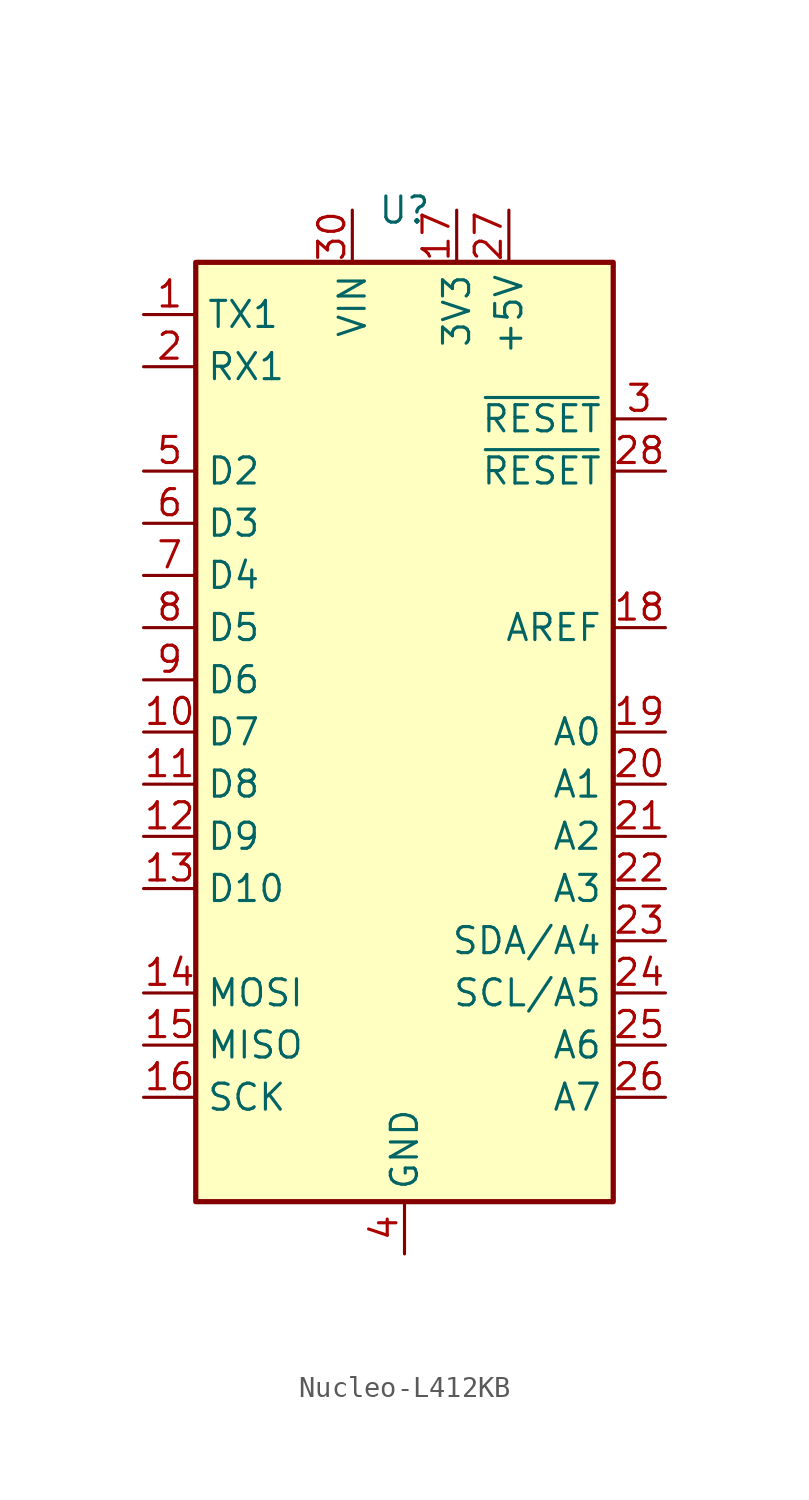
<source format=kicad_sym>
(kicad_symbol_lib
  (version 20241209)
  (generator "kicad_symbol_editor")
  (generator_version "9.0")
  (symbol "Nucleo-L412KB"
    (property "Reference" "U"
      (at 0 0 0)
      (effects (font (size 1.27 1.27))))
    (property "Value" ""
      (at 0 0 0)
      (effects (font (size 1.27 1.27))))
    (symbol "Nucleo-L412KB_0_1"
      (rectangle (start -10.16 -2.54) (end 10.16 -48.26) (stroke (width 0.254) (type default)) (fill (type background))))
    (symbol "Nucleo-L412KB_1_1"
      (pin bidirectional line (at -12.7 -5.08 0) (length 2.54) (name "TX1" (effects (font (size 1.27 1.27)))) (number "1" (effects (font (size 1.27 1.27)))))
      (pin bidirectional line (at -12.7 -7.62 0) (length 2.54) (name "RX1" (effects (font (size 1.27 1.27)))) (number "2" (effects (font (size 1.27 1.27)))))
      (pin bidirectional line (at -12.7 -12.7 0) (length 2.54) (name "D2" (effects (font (size 1.27 1.27)))) (number "5" (effects (font (size 1.27 1.27)))))
      (pin bidirectional line (at -12.7 -15.24 0) (length 2.54) (name "D3" (effects (font (size 1.27 1.27)))) (number "6" (effects (font (size 1.27 1.27)))))
      (pin bidirectional line (at -12.7 -17.78 0) (length 2.54) (name "D4" (effects (font (size 1.27 1.27)))) (number "7" (effects (font (size 1.27 1.27)))))
      (pin bidirectional line (at -12.7 -20.32 0) (length 2.54) (name "D5" (effects (font (size 1.27 1.27)))) (number "8" (effects (font (size 1.27 1.27)))))
      (pin bidirectional line (at -12.7 -22.86 0) (length 2.54) (name "D6" (effects (font (size 1.27 1.27)))) (number "9" (effects (font (size 1.27 1.27)))))
      (pin bidirectional line (at -12.7 -25.4 0) (length 2.54) (name "D7" (effects (font (size 1.27 1.27)))) (number "10" (effects (font (size 1.27 1.27)))))
      (pin bidirectional line (at -12.7 -27.94 0) (length 2.54) (name "D8" (effects (font (size 1.27 1.27)))) (number "11" (effects (font (size 1.27 1.27)))))
      (pin bidirectional line (at -12.7 -30.48 0) (length 2.54) (name "D9" (effects (font (size 1.27 1.27)))) (number "12" (effects (font (size 1.27 1.27)))))
      (pin bidirectional line (at -12.7 -33.02 0) (length 2.54) (name "D10" (effects (font (size 1.27 1.27)))) (number "13" (effects (font (size 1.27 1.27)))))
      (pin bidirectional line (at -12.7 -38.1 0) (length 2.54) (name "MOSI" (effects (font (size 1.27 1.27)))) (number "14" (effects (font (size 1.27 1.27)))))
      (pin bidirectional line (at -12.7 -40.64 0) (length 2.54) (name "MISO" (effects (font (size 1.27 1.27)))) (number "15" (effects (font (size 1.27 1.27)))))
      (pin bidirectional line (at -12.7 -43.18 0) (length 2.54) (name "SCK" (effects (font (size 1.27 1.27)))) (number "16" (effects (font (size 1.27 1.27)))))
      (pin power_in line (at -2.54 0 270) (length 2.54) (name "VIN" (effects (font (size 1.27 1.27)))) (number "30" (effects (font (size 1.27 1.27)))))
      (pin passive line (at 0 -50.8 90) (length 2.54) (hide yes) (name "GND" (effects (font (size 1.27 1.27)))) (number "29" (effects (font (size 1.27 1.27)))))
      (pin power_in line (at 0 -50.8 90) (length 2.54) (name "GND" (effects (font (size 1.27 1.27)))) (number "4" (effects (font (size 1.27 1.27)))))
      (pin power_out line (at 2.54 0 270) (length 2.54) (name "3V3" (effects (font (size 1.27 1.27)))) (number "17" (effects (font (size 1.27 1.27)))))
      (pin power_out line (at 5.08 0 270) (length 2.54) (name "+5V" (effects (font (size 1.27 1.27)))) (number "27" (effects (font (size 1.27 1.27)))))
      (pin input line (at 12.7 -10.16 180) (length 2.54) (name "~{RESET}" (effects (font (size 1.27 1.27)))) (number "3" (effects (font (size 1.27 1.27)))))
      (pin input line (at 12.7 -12.7 180) (length 2.54) (name "~{RESET}" (effects (font (size 1.27 1.27)))) (number "28" (effects (font (size 1.27 1.27)))))
      (pin input line (at 12.7 -20.32 180) (length 2.54) (name "AREF" (effects (font (size 1.27 1.27)))) (number "18" (effects (font (size 1.27 1.27)))))
      (pin bidirectional line (at 12.7 -25.4 180) (length 2.54) (name "A0" (effects (font (size 1.27 1.27)))) (number "19" (effects (font (size 1.27 1.27)))))
      (pin bidirectional line (at 12.7 -27.94 180) (length 2.54) (name "A1" (effects (font (size 1.27 1.27)))) (number "20" (effects (font (size 1.27 1.27)))))
      (pin bidirectional line (at 12.7 -30.48 180) (length 2.54) (name "A2" (effects (font (size 1.27 1.27)))) (number "21" (effects (font (size 1.27 1.27)))))
      (pin bidirectional line (at 12.7 -33.02 180) (length 2.54) (name "A3" (effects (font (size 1.27 1.27)))) (number "22" (effects (font (size 1.27 1.27)))))
      (pin bidirectional line (at 12.7 -35.56 180) (length 2.54) (name "SDA/A4" (effects (font (size 1.27 1.27)))) (number "23" (effects (font (size 1.27 1.27)))))
      (pin bidirectional line (at 12.7 -38.1 180) (length 2.54) (name "SCL/A5" (effects (font (size 1.27 1.27)))) (number "24" (effects (font (size 1.27 1.27)))))
      (pin bidirectional line (at 12.7 -40.64 180) (length 2.54) (name "A6" (effects (font (size 1.27 1.27)))) (number "25" (effects (font (size 1.27 1.27)))))
      (pin bidirectional line (at 12.7 -43.18 180) (length 2.54) (name "A7" (effects (font (size 1.27 1.27)))) (number "26" (effects (font (size 1.27 1.27))))))))
</source>
